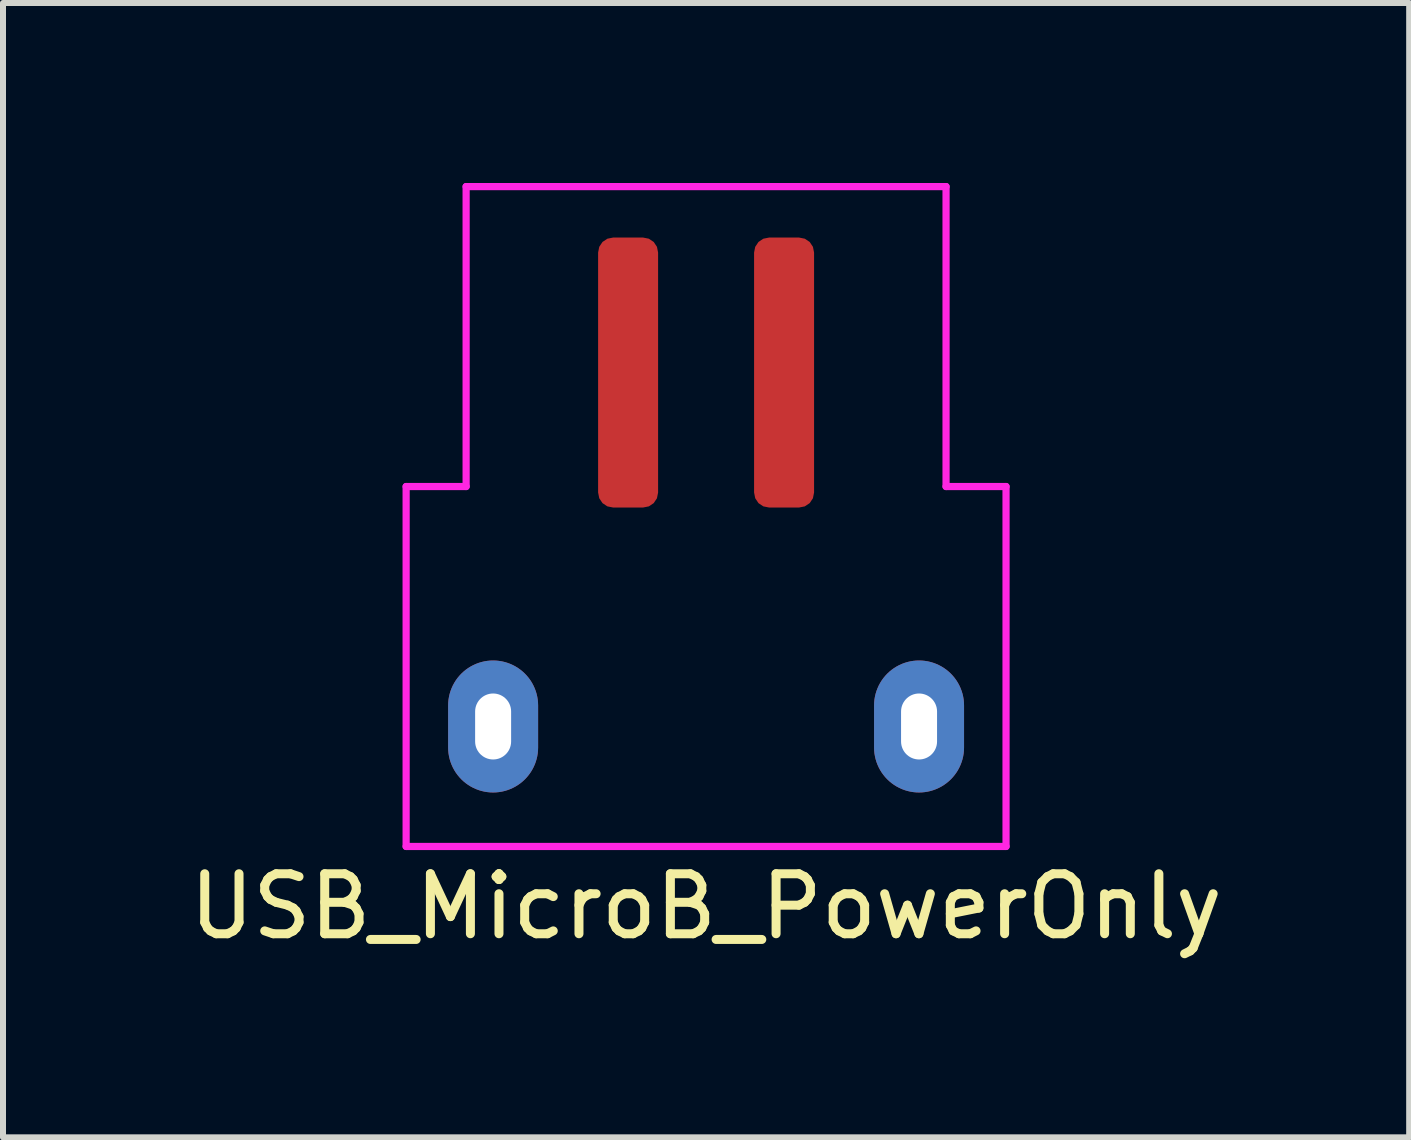
<source format=kicad_pcb>
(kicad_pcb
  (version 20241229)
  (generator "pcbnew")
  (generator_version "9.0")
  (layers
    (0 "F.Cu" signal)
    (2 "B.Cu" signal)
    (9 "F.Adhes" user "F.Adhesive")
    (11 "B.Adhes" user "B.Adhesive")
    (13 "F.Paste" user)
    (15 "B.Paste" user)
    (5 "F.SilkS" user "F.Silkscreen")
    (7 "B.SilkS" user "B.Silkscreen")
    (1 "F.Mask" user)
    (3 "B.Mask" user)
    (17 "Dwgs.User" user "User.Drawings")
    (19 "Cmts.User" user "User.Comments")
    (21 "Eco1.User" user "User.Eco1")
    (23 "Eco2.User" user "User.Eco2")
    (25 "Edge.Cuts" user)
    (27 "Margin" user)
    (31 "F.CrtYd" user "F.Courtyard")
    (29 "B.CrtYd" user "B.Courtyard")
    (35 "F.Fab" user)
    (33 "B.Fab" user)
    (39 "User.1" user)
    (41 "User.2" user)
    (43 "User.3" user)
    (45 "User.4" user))
  (footprint "USB_MicroB_PowerOnly"
    (layer "F.Cu")
    (at 8.72 9.06)
    (property "Reference" "USB_MicroB_PowerOnly" (at 0 3 0) (layer "F.SilkS") (effects (font (size 1 1) (thickness 0.15))))
    (attr through_hole)
    (fp_line (start -5 -4) (end -4 -4) (stroke (width 0.12) (type solid)) (layer "F.CrtYd"))
    (fp_line (start -5 2) (end -5 -4) (stroke (width 0.12) (type solid)) (layer "F.CrtYd"))
    (fp_line (start -4 -9) (end 4 -9) (stroke (width 0.12) (type solid)) (layer "F.CrtYd"))
    (fp_line (start -4 -4) (end -4 -9) (stroke (width 0.12) (type solid)) (layer "F.CrtYd"))
    (fp_line (start 4 -9) (end 4 -4) (stroke (width 0.12) (type solid)) (layer "F.CrtYd"))
    (fp_line (start 4 -4) (end 5 -4) (stroke (width 0.12) (type solid)) (layer "F.CrtYd"))
    (fp_line (start 5 -4) (end 5 2) (stroke (width 0.12) (type solid)) (layer "F.CrtYd"))
    (fp_line (start 5 2) (end -5 2) (stroke (width 0.12) (type solid)) (layer "F.CrtYd"))
    (pad "" np_thru_hole oval (at -3.55 0) (size 1.5 2.2) (drill oval 0.6 1.1) (layers "*.Cu" "*.Mask"))
    (pad "" np_thru_hole oval (at 3.55 0) (size 1.5 2.2) (drill oval 0.6 1.1) (layers "*.Cu" "*.Mask"))
    (pad "1" smd roundrect (at -1.3 -5.9) (size 1 4.5) (layers "F.Cu" "F.Mask" "F.Paste") (roundrect_rratio 0.25))
    (pad "2" smd roundrect (at 1.3 -5.9) (size 1 4.5) (layers "F.Cu" "F.Mask" "F.Paste") (roundrect_rratio 0.25)))
  (gr_rect
    (start -3 -3)
    (end 20.44 15.908)
    (stroke (width 0.1) (type default))
    (fill no)
    (layer "Edge.Cuts")))
</source>
